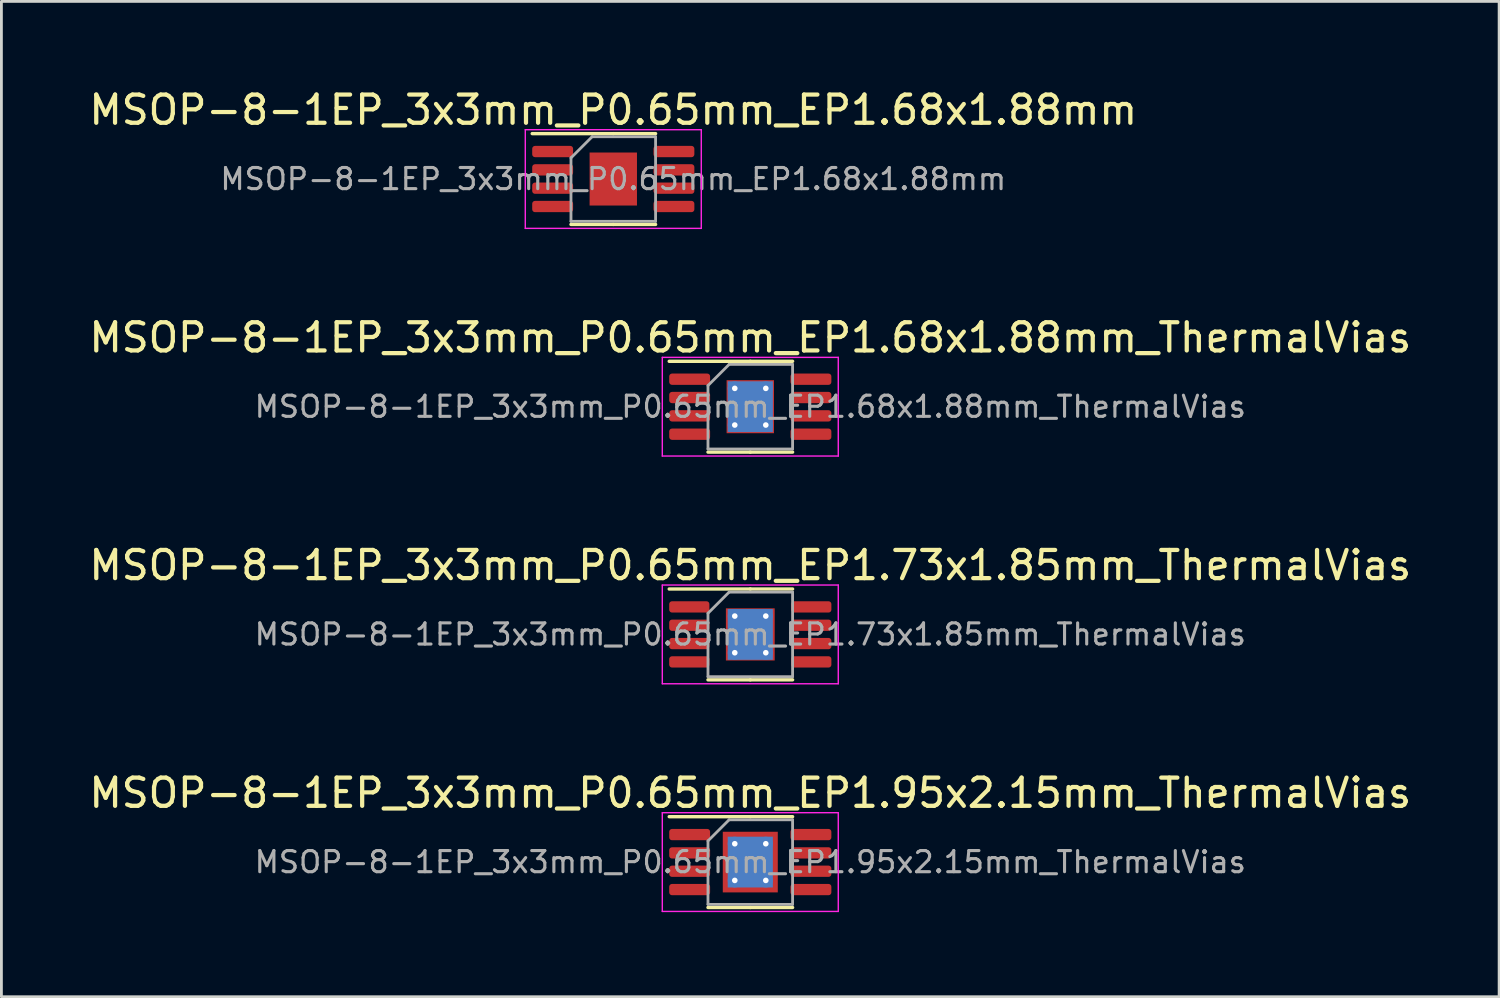
<source format=kicad_pcb>
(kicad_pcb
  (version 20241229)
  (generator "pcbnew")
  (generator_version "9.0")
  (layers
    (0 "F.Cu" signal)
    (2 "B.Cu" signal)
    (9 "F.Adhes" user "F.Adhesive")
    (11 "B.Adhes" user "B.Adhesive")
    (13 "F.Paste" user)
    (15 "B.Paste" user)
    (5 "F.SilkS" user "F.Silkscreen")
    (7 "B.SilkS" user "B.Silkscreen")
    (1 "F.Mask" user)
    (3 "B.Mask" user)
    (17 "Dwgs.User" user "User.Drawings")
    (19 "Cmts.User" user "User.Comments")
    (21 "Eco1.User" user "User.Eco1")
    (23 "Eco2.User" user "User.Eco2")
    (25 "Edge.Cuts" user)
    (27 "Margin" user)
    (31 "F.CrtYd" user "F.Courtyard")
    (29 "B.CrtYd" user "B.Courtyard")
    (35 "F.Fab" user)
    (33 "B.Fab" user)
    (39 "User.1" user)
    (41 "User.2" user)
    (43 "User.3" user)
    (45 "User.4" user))
  (footprint "MSOP-8-1EP_3x3mm_P0.65mm_EP1.68x1.88mm_ThermalVias"
    (layer "F.Cu")
    (at 23.554 11.371)
    (property "Reference" "MSOP-8-1EP_3x3mm_P0.65mm_EP1.68x1.88mm_ThermalVias" (at 0 -2.45 0) (layer "F.SilkS") (effects (font (size 1 1) (thickness 0.15))))
    (attr smd)
    (fp_line (start 0 -1.61) (end -2.875 -1.61) (stroke (width 0.12) (type solid)) (layer "F.SilkS"))
    (fp_line (start 0 -1.61) (end 1.5 -1.61) (stroke (width 0.12) (type solid)) (layer "F.SilkS"))
    (fp_line (start 0 1.61) (end -1.5 1.61) (stroke (width 0.12) (type solid)) (layer "F.SilkS"))
    (fp_line (start 0 1.61) (end 1.5 1.61) (stroke (width 0.12) (type solid)) (layer "F.SilkS"))
    (fp_line (start -3.12 -1.75) (end -3.12 1.75) (stroke (width 0.05) (type solid)) (layer "F.CrtYd"))
    (fp_line (start -3.12 1.75) (end 3.12 1.75) (stroke (width 0.05) (type solid)) (layer "F.CrtYd"))
    (fp_line (start 3.12 -1.75) (end -3.12 -1.75) (stroke (width 0.05) (type solid)) (layer "F.CrtYd"))
    (fp_line (start 3.12 1.75) (end 3.12 -1.75) (stroke (width 0.05) (type solid)) (layer "F.CrtYd"))
    (fp_line (start -1.5 -0.75) (end -0.75 -1.5) (stroke (width 0.1) (type solid)) (layer "F.Fab"))
    (fp_line (start -1.5 1.5) (end -1.5 -0.75) (stroke (width 0.1) (type solid)) (layer "F.Fab"))
    (fp_line (start -0.75 -1.5) (end 1.5 -1.5) (stroke (width 0.1) (type solid)) (layer "F.Fab"))
    (fp_line (start 1.5 -1.5) (end 1.5 1.5) (stroke (width 0.1) (type solid)) (layer "F.Fab"))
    (fp_line (start 1.5 1.5) (end -1.5 1.5) (stroke (width 0.1) (type solid)) (layer "F.Fab"))
    (fp_text user "${REFERENCE}" (at 0 0 0) (layer "F.Fab") (effects (font (size 0.75 0.75) (thickness 0.11))))
    (pad "" smd roundrect (at -0.42 -0.47) (size 0.7 0.79) (layers "F.Paste") (roundrect_rratio 0.25))
    (pad "" smd roundrect (at -0.42 0.47) (size 0.7 0.79) (layers "F.Paste") (roundrect_rratio 0.25))
    (pad "" smd roundrect (at 0.42 -0.47) (size 0.7 0.79) (layers "F.Paste") (roundrect_rratio 0.25))
    (pad "" smd roundrect (at 0.42 0.47) (size 0.7 0.79) (layers "F.Paste") (roundrect_rratio 0.25))
    (pad "1" smd roundrect (at -2.15 -0.975) (size 1.45 0.4) (layers "F.Cu" "F.Mask" "F.Paste") (roundrect_rratio 0.25))
    (pad "2" smd roundrect (at -2.15 -0.325) (size 1.45 0.4) (layers "F.Cu" "F.Mask" "F.Paste") (roundrect_rratio 0.25))
    (pad "3" smd roundrect (at -2.15 0.325) (size 1.45 0.4) (layers "F.Cu" "F.Mask" "F.Paste") (roundrect_rratio 0.25))
    (pad "4" smd roundrect (at -2.15 0.975) (size 1.45 0.4) (layers "F.Cu" "F.Mask" "F.Paste") (roundrect_rratio 0.25))
    (pad "5" smd roundrect (at 2.15 0.975) (size 1.45 0.4) (layers "F.Cu" "F.Mask" "F.Paste") (roundrect_rratio 0.25))
    (pad "6" smd roundrect (at 2.15 0.325) (size 1.45 0.4) (layers "F.Cu" "F.Mask" "F.Paste") (roundrect_rratio 0.25))
    (pad "7" smd roundrect (at 2.15 -0.325) (size 1.45 0.4) (layers "F.Cu" "F.Mask" "F.Paste") (roundrect_rratio 0.25))
    (pad "8" smd roundrect (at 2.15 -0.975) (size 1.45 0.4) (layers "F.Cu" "F.Mask" "F.Paste") (roundrect_rratio 0.25))
    (pad "9" thru_hole circle (at -0.55 -0.65) (size 0.5 0.5) (drill 0.2) (layers "*.Cu"))
    (pad "9" thru_hole circle (at -0.55 0.65) (size 0.5 0.5) (drill 0.2) (layers "*.Cu"))
    (pad "9" smd rect (at 0 0) (size 1.6 1.8) (layers "B.Cu"))
    (pad "9" smd rect (at 0 0) (size 1.68 1.88) (layers "F.Cu" "F.Mask"))
    (pad "9" thru_hole circle (at 0.55 -0.65) (size 0.5 0.5) (drill 0.2) (layers "*.Cu"))
    (pad "9" thru_hole circle (at 0.55 0.65) (size 0.5 0.5) (drill 0.2) (layers "*.Cu")))
  (footprint "MSOP-8-1EP_3x3mm_P0.65mm_EP1.95x2.15mm_ThermalVias"
    (layer "F.Cu")
    (at 23.554 27.518)
    (property "Reference" "MSOP-8-1EP_3x3mm_P0.65mm_EP1.95x2.15mm_ThermalVias" (at 0 -2.45 0) (layer "F.SilkS") (effects (font (size 1 1) (thickness 0.15))))
    (attr smd)
    (fp_line (start 0 -1.61) (end -2.875 -1.61) (stroke (width 0.12) (type solid)) (layer "F.SilkS"))
    (fp_line (start 0 -1.61) (end 1.5 -1.61) (stroke (width 0.12) (type solid)) (layer "F.SilkS"))
    (fp_line (start 0 1.61) (end -1.5 1.61) (stroke (width 0.12) (type solid)) (layer "F.SilkS"))
    (fp_line (start 0 1.61) (end 1.5 1.61) (stroke (width 0.12) (type solid)) (layer "F.SilkS"))
    (fp_line (start -3.12 -1.75) (end -3.12 1.75) (stroke (width 0.05) (type solid)) (layer "F.CrtYd"))
    (fp_line (start -3.12 1.75) (end 3.12 1.75) (stroke (width 0.05) (type solid)) (layer "F.CrtYd"))
    (fp_line (start 3.12 -1.75) (end -3.12 -1.75) (stroke (width 0.05) (type solid)) (layer "F.CrtYd"))
    (fp_line (start 3.12 1.75) (end 3.12 -1.75) (stroke (width 0.05) (type solid)) (layer "F.CrtYd"))
    (fp_line (start -1.5 -0.75) (end -0.75 -1.5) (stroke (width 0.1) (type solid)) (layer "F.Fab"))
    (fp_line (start -1.5 1.5) (end -1.5 -0.75) (stroke (width 0.1) (type solid)) (layer "F.Fab"))
    (fp_line (start -0.75 -1.5) (end 1.5 -1.5) (stroke (width 0.1) (type solid)) (layer "F.Fab"))
    (fp_line (start 1.5 -1.5) (end 1.5 1.5) (stroke (width 0.1) (type solid)) (layer "F.Fab"))
    (fp_line (start 1.5 1.5) (end -1.5 1.5) (stroke (width 0.1) (type solid)) (layer "F.Fab"))
    (fp_text user "${REFERENCE}" (at 0 0 0) (layer "F.Fab") (effects (font (size 0.75 0.75) (thickness 0.11))))
    (pad "" smd roundrect (at -0.49 -0.54) (size 0.82 0.9) (layers "F.Paste") (roundrect_rratio 0.25))
    (pad "" smd roundrect (at -0.49 0.54) (size 0.82 0.9) (layers "F.Paste") (roundrect_rratio 0.25))
    (pad "" smd roundrect (at 0.49 -0.54) (size 0.82 0.9) (layers "F.Paste") (roundrect_rratio 0.25))
    (pad "" smd roundrect (at 0.49 0.54) (size 0.82 0.9) (layers "F.Paste") (roundrect_rratio 0.25))
    (pad "1" smd roundrect (at -2.15 -0.975) (size 1.45 0.4) (layers "F.Cu" "F.Mask" "F.Paste") (roundrect_rratio 0.25))
    (pad "2" smd roundrect (at -2.15 -0.325) (size 1.45 0.4) (layers "F.Cu" "F.Mask" "F.Paste") (roundrect_rratio 0.25))
    (pad "3" smd roundrect (at -2.15 0.325) (size 1.45 0.4) (layers "F.Cu" "F.Mask" "F.Paste") (roundrect_rratio 0.25))
    (pad "4" smd roundrect (at -2.15 0.975) (size 1.45 0.4) (layers "F.Cu" "F.Mask" "F.Paste") (roundrect_rratio 0.25))
    (pad "5" smd roundrect (at 2.15 0.975) (size 1.45 0.4) (layers "F.Cu" "F.Mask" "F.Paste") (roundrect_rratio 0.25))
    (pad "6" smd roundrect (at 2.15 0.325) (size 1.45 0.4) (layers "F.Cu" "F.Mask" "F.Paste") (roundrect_rratio 0.25))
    (pad "7" smd roundrect (at 2.15 -0.325) (size 1.45 0.4) (layers "F.Cu" "F.Mask" "F.Paste") (roundrect_rratio 0.25))
    (pad "8" smd roundrect (at 2.15 -0.975) (size 1.45 0.4) (layers "F.Cu" "F.Mask" "F.Paste") (roundrect_rratio 0.25))
    (pad "9" thru_hole circle (at -0.55 -0.65) (size 0.5 0.5) (drill 0.2) (layers "*.Cu"))
    (pad "9" thru_hole circle (at -0.55 0.65) (size 0.5 0.5) (drill 0.2) (layers "*.Cu"))
    (pad "9" smd rect (at 0 0) (size 1.6 1.8) (layers "B.Cu"))
    (pad "9" smd rect (at 0 0) (size 1.95 2.15) (layers "F.Cu" "F.Mask"))
    (pad "9" thru_hole circle (at 0.55 -0.65) (size 0.5 0.5) (drill 0.2) (layers "*.Cu"))
    (pad "9" thru_hole circle (at 0.55 0.65) (size 0.5 0.5) (drill 0.2) (layers "*.Cu")))
  (footprint "MSOP-8-1EP_3x3mm_P0.65mm_EP1.68x1.88mm"
    (layer "F.Cu")
    (at 18.696 3.298)
    (property "Reference" "MSOP-8-1EP_3x3mm_P0.65mm_EP1.68x1.88mm" (at 0 -2.45 0) (layer "F.SilkS") (effects (font (size 1 1) (thickness 0.15))))
    (attr smd)
    (fp_line (start 0 -1.61) (end -2.875 -1.61) (stroke (width 0.12) (type solid)) (layer "F.SilkS"))
    (fp_line (start 0 -1.61) (end 1.5 -1.61) (stroke (width 0.12) (type solid)) (layer "F.SilkS"))
    (fp_line (start 0 1.61) (end -1.5 1.61) (stroke (width 0.12) (type solid)) (layer "F.SilkS"))
    (fp_line (start 0 1.61) (end 1.5 1.61) (stroke (width 0.12) (type solid)) (layer "F.SilkS"))
    (fp_line (start -3.12 -1.75) (end -3.12 1.75) (stroke (width 0.05) (type solid)) (layer "F.CrtYd"))
    (fp_line (start -3.12 1.75) (end 3.12 1.75) (stroke (width 0.05) (type solid)) (layer "F.CrtYd"))
    (fp_line (start 3.12 -1.75) (end -3.12 -1.75) (stroke (width 0.05) (type solid)) (layer "F.CrtYd"))
    (fp_line (start 3.12 1.75) (end 3.12 -1.75) (stroke (width 0.05) (type solid)) (layer "F.CrtYd"))
    (fp_line (start -1.5 -0.75) (end -0.75 -1.5) (stroke (width 0.1) (type solid)) (layer "F.Fab"))
    (fp_line (start -1.5 1.5) (end -1.5 -0.75) (stroke (width 0.1) (type solid)) (layer "F.Fab"))
    (fp_line (start -0.75 -1.5) (end 1.5 -1.5) (stroke (width 0.1) (type solid)) (layer "F.Fab"))
    (fp_line (start 1.5 -1.5) (end 1.5 1.5) (stroke (width 0.1) (type solid)) (layer "F.Fab"))
    (fp_line (start 1.5 1.5) (end -1.5 1.5) (stroke (width 0.1) (type solid)) (layer "F.Fab"))
    (fp_text user "${REFERENCE}" (at 0 0 0) (layer "F.Fab") (effects (font (size 0.75 0.75) (thickness 0.11))))
    (pad "" smd roundrect (at -0.42 -0.47) (size 0.68 0.76) (layers "F.Paste") (roundrect_rratio 0.25))
    (pad "" smd roundrect (at -0.42 0.47) (size 0.68 0.76) (layers "F.Paste") (roundrect_rratio 0.25))
    (pad "" smd roundrect (at 0.42 -0.47) (size 0.68 0.76) (layers "F.Paste") (roundrect_rratio 0.25))
    (pad "" smd roundrect (at 0.42 0.47) (size 0.68 0.76) (layers "F.Paste") (roundrect_rratio 0.25))
    (pad "1" smd roundrect (at -2.15 -0.975) (size 1.45 0.4) (layers "F.Cu" "F.Mask" "F.Paste") (roundrect_rratio 0.25))
    (pad "2" smd roundrect (at -2.15 -0.325) (size 1.45 0.4) (layers "F.Cu" "F.Mask" "F.Paste") (roundrect_rratio 0.25))
    (pad "3" smd roundrect (at -2.15 0.325) (size 1.45 0.4) (layers "F.Cu" "F.Mask" "F.Paste") (roundrect_rratio 0.25))
    (pad "4" smd roundrect (at -2.15 0.975) (size 1.45 0.4) (layers "F.Cu" "F.Mask" "F.Paste") (roundrect_rratio 0.25))
    (pad "5" smd roundrect (at 2.15 0.975) (size 1.45 0.4) (layers "F.Cu" "F.Mask" "F.Paste") (roundrect_rratio 0.25))
    (pad "6" smd roundrect (at 2.15 0.325) (size 1.45 0.4) (layers "F.Cu" "F.Mask" "F.Paste") (roundrect_rratio 0.25))
    (pad "7" smd roundrect (at 2.15 -0.325) (size 1.45 0.4) (layers "F.Cu" "F.Mask" "F.Paste") (roundrect_rratio 0.25))
    (pad "8" smd roundrect (at 2.15 -0.975) (size 1.45 0.4) (layers "F.Cu" "F.Mask" "F.Paste") (roundrect_rratio 0.25))
    (pad "9" smd rect (at 0 0) (size 1.68 1.88) (layers "F.Cu" "F.Mask")))
  (footprint "MSOP-8-1EP_3x3mm_P0.65mm_EP1.73x1.85mm_ThermalVias"
    (layer "F.Cu")
    (at 23.554 19.445)
    (property "Reference" "MSOP-8-1EP_3x3mm_P0.65mm_EP1.73x1.85mm_ThermalVias" (at 0 -2.45 0) (layer "F.SilkS") (effects (font (size 1 1) (thickness 0.15))))
    (attr smd)
    (fp_line (start 0 -1.61) (end -2.875 -1.61) (stroke (width 0.12) (type solid)) (layer "F.SilkS"))
    (fp_line (start 0 -1.61) (end 1.5 -1.61) (stroke (width 0.12) (type solid)) (layer "F.SilkS"))
    (fp_line (start 0 1.61) (end -1.5 1.61) (stroke (width 0.12) (type solid)) (layer "F.SilkS"))
    (fp_line (start 0 1.61) (end 1.5 1.61) (stroke (width 0.12) (type solid)) (layer "F.SilkS"))
    (fp_line (start -3.12 -1.75) (end -3.12 1.75) (stroke (width 0.05) (type solid)) (layer "F.CrtYd"))
    (fp_line (start -3.12 1.75) (end 3.12 1.75) (stroke (width 0.05) (type solid)) (layer "F.CrtYd"))
    (fp_line (start 3.12 -1.75) (end -3.12 -1.75) (stroke (width 0.05) (type solid)) (layer "F.CrtYd"))
    (fp_line (start 3.12 1.75) (end 3.12 -1.75) (stroke (width 0.05) (type solid)) (layer "F.CrtYd"))
    (fp_line (start -1.5 -0.75) (end -0.75 -1.5) (stroke (width 0.1) (type solid)) (layer "F.Fab"))
    (fp_line (start -1.5 1.5) (end -1.5 -0.75) (stroke (width 0.1) (type solid)) (layer "F.Fab"))
    (fp_line (start -0.75 -1.5) (end 1.5 -1.5) (stroke (width 0.1) (type solid)) (layer "F.Fab"))
    (fp_line (start 1.5 -1.5) (end 1.5 1.5) (stroke (width 0.1) (type solid)) (layer "F.Fab"))
    (fp_line (start 1.5 1.5) (end -1.5 1.5) (stroke (width 0.1) (type solid)) (layer "F.Fab"))
    (fp_text user "${REFERENCE}" (at 0 0 0) (layer "F.Fab") (effects (font (size 0.75 0.75) (thickness 0.11))))
    (pad "" smd roundrect (at -0.43 -0.46) (size 0.72 0.77) (layers "F.Paste") (roundrect_rratio 0.25))
    (pad "" smd roundrect (at -0.43 0.46) (size 0.72 0.77) (layers "F.Paste") (roundrect_rratio 0.25))
    (pad "" smd roundrect (at 0.43 -0.46) (size 0.72 0.77) (layers "F.Paste") (roundrect_rratio 0.25))
    (pad "" smd roundrect (at 0.43 0.46) (size 0.72 0.77) (layers "F.Paste") (roundrect_rratio 0.25))
    (pad "1" smd roundrect (at -2.163 -0.975) (size 1.425 0.4) (layers "F.Cu" "F.Mask" "F.Paste") (roundrect_rratio 0.25))
    (pad "2" smd roundrect (at -2.163 -0.325) (size 1.425 0.4) (layers "F.Cu" "F.Mask" "F.Paste") (roundrect_rratio 0.25))
    (pad "3" smd roundrect (at -2.163 0.325) (size 1.425 0.4) (layers "F.Cu" "F.Mask" "F.Paste") (roundrect_rratio 0.25))
    (pad "4" smd roundrect (at -2.163 0.975) (size 1.425 0.4) (layers "F.Cu" "F.Mask" "F.Paste") (roundrect_rratio 0.25))
    (pad "5" smd roundrect (at 2.163 0.975) (size 1.425 0.4) (layers "F.Cu" "F.Mask" "F.Paste") (roundrect_rratio 0.25))
    (pad "6" smd roundrect (at 2.163 0.325) (size 1.425 0.4) (layers "F.Cu" "F.Mask" "F.Paste") (roundrect_rratio 0.25))
    (pad "7" smd roundrect (at 2.163 -0.325) (size 1.425 0.4) (layers "F.Cu" "F.Mask" "F.Paste") (roundrect_rratio 0.25))
    (pad "8" smd roundrect (at 2.163 -0.975) (size 1.425 0.4) (layers "F.Cu" "F.Mask" "F.Paste") (roundrect_rratio 0.25))
    (pad "9" thru_hole circle (at -0.55 -0.65) (size 0.5 0.5) (drill 0.2) (layers "*.Cu"))
    (pad "9" thru_hole circle (at -0.55 0.65) (size 0.5 0.5) (drill 0.2) (layers "*.Cu"))
    (pad "9" smd rect (at 0 0) (size 1.6 1.8) (layers "B.Cu"))
    (pad "9" smd rect (at 0 0) (size 1.73 1.85) (layers "F.Cu" "F.Mask"))
    (pad "9" thru_hole circle (at 0.55 -0.65) (size 0.5 0.5) (drill 0.2) (layers "*.Cu"))
    (pad "9" thru_hole circle (at 0.55 0.65) (size 0.5 0.5) (drill 0.2) (layers "*.Cu")))
  (gr_rect
    (start -3 -3)
    (end 50.107 32.293)
    (stroke (width 0.1) (type default))
    (fill no)
    (layer "Edge.Cuts")))
</source>
